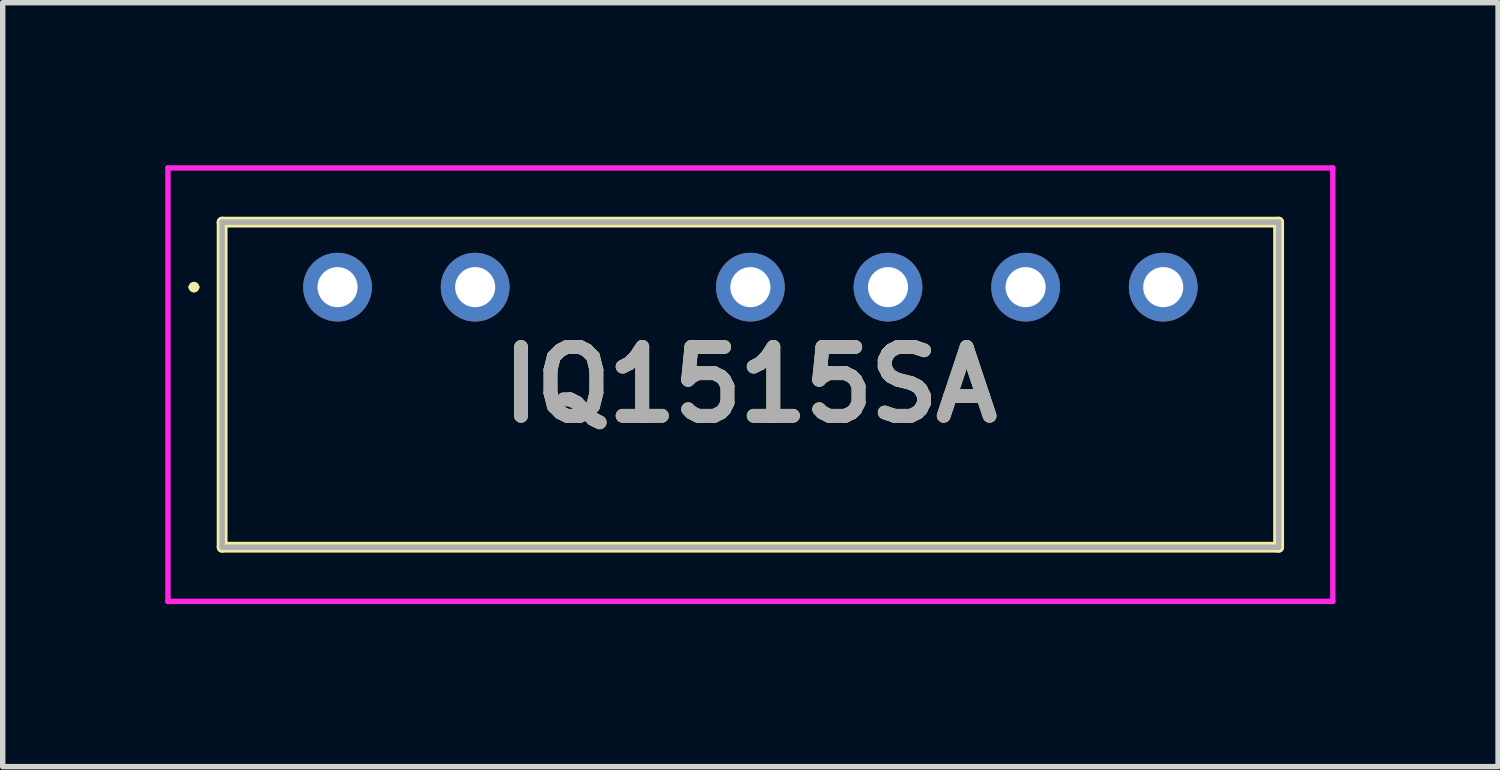
<source format=kicad_pcb>
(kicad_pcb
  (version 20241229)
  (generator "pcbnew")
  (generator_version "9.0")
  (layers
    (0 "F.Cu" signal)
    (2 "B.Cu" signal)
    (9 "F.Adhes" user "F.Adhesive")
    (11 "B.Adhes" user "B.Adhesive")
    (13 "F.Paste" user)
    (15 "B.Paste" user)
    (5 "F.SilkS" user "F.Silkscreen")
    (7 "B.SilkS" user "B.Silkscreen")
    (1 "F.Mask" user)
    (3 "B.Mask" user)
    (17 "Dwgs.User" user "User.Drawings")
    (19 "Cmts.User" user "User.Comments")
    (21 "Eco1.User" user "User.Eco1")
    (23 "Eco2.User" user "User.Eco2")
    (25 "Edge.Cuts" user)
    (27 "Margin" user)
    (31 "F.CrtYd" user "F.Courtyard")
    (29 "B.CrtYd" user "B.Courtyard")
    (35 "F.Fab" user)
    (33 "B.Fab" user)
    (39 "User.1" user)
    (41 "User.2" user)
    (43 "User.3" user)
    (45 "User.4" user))
  (footprint "IQ1515SA"
    (layer "F.Cu")
    (at 3.18 2.25)
    (property "Reference" "IQ1515SA" (at 7.62 1.8 0) (layer "F.SilkS") (effects (font (size 1.27 1.27) (thickness 0.254))))
    (attr through_hole)
    (fp_line (start -2.7 0) (end -2.7 0) (stroke (width 0.1) (type solid)) (layer "F.SilkS"))
    (fp_line (start -2.6 0) (end -2.6 0) (stroke (width 0.1) (type solid)) (layer "F.SilkS"))
    (fp_line (start -2.13 -1.2) (end 17.37 -1.2) (stroke (width 0.2) (type solid)) (layer "F.SilkS"))
    (fp_line (start -2.13 4.8) (end -2.13 -1.2) (stroke (width 0.2) (type solid)) (layer "F.SilkS"))
    (fp_line (start 17.37 -1.2) (end 17.37 4.8) (stroke (width 0.2) (type solid)) (layer "F.SilkS"))
    (fp_line (start 17.37 4.8) (end -2.13 4.8) (stroke (width 0.2) (type solid)) (layer "F.SilkS"))
    (fp_arc (start -2.7 0) (mid -2.65 -0.05) (end -2.6 0) (stroke (width 0.1) (type solid)) (layer "F.SilkS"))
    (fp_arc (start -2.6 0) (mid -2.65 0.05) (end -2.7 0) (stroke (width 0.1) (type solid)) (layer "F.SilkS"))
    (fp_line (start -3.13 -2.2) (end 18.37 -2.2) (stroke (width 0.1) (type solid)) (layer "F.CrtYd"))
    (fp_line (start -3.13 5.8) (end -3.13 -2.2) (stroke (width 0.1) (type solid)) (layer "F.CrtYd"))
    (fp_line (start 18.37 -2.2) (end 18.37 5.8) (stroke (width 0.1) (type solid)) (layer "F.CrtYd"))
    (fp_line (start 18.37 5.8) (end -3.13 5.8) (stroke (width 0.1) (type solid)) (layer "F.CrtYd"))
    (fp_line (start -2.13 -1.2) (end 17.37 -1.2) (stroke (width 0.1) (type solid)) (layer "F.Fab"))
    (fp_line (start -2.13 4.8) (end -2.13 -1.2) (stroke (width 0.1) (type solid)) (layer "F.Fab"))
    (fp_line (start 17.37 -1.2) (end 17.37 4.8) (stroke (width 0.1) (type solid)) (layer "F.Fab"))
    (fp_line (start 17.37 4.8) (end -2.13 4.8) (stroke (width 0.1) (type solid)) (layer "F.Fab"))
    (fp_text user "${REFERENCE}" (at 7.62 1.8 0) (layer "F.Fab") (effects (font (size 1.27 1.27) (thickness 0.254))))
    (pad "1" thru_hole circle (at 0 0) (size 1.269 1.269) (drill 0.74) (layers "*.Cu" "*.Mask"))
    (pad "2" thru_hole circle (at 2.54 0) (size 1.269 1.269) (drill 0.74) (layers "*.Cu" "*.Mask"))
    (pad "4" thru_hole circle (at 7.62 0) (size 1.269 1.269) (drill 0.74) (layers "*.Cu" "*.Mask"))
    (pad "5" thru_hole circle (at 10.16 0) (size 1.269 1.269) (drill 0.74) (layers "*.Cu" "*.Mask"))
    (pad "6" thru_hole circle (at 12.7 0) (size 1.269 1.269) (drill 0.74) (layers "*.Cu" "*.Mask"))
    (pad "7" thru_hole circle (at 15.24 0) (size 1.269 1.269) (drill 0.74) (layers "*.Cu" "*.Mask")))
  (gr_rect
    (start -3 -3)
    (end 24.6 11.1)
    (stroke (width 0.1) (type default))
    (fill no)
    (layer "Edge.Cuts")))
</source>
